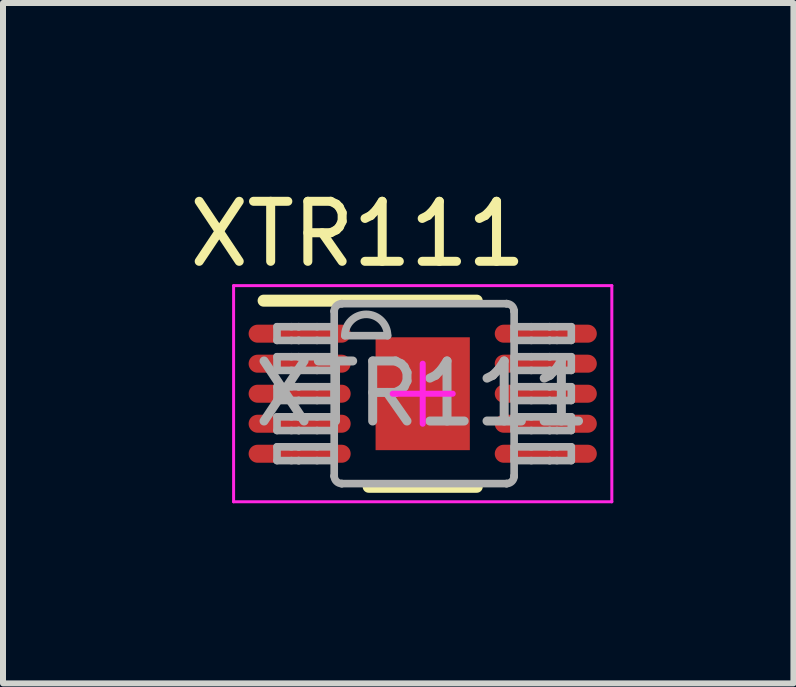
<source format=kicad_pcb>
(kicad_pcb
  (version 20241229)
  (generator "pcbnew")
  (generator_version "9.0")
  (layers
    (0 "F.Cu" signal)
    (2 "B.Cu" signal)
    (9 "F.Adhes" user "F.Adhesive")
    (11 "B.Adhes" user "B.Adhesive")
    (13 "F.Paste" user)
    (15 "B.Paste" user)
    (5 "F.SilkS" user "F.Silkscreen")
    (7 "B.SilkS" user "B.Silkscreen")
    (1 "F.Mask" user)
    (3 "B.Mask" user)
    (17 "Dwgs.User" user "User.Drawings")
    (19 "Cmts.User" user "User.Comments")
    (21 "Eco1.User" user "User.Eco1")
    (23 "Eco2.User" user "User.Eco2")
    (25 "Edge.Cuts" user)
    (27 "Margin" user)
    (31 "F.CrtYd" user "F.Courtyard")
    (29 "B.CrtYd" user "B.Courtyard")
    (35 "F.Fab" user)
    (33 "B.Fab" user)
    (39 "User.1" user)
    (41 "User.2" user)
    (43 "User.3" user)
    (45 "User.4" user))
  (footprint "XTR111"
    (layer "F.Cu")
    (at 3.991 3.508)
    (property "Reference" "XTR111" (at -1.08 -2.66 0) (unlocked yes) (layer "F.SilkS") (effects (font (size 1 1) (thickness 0.15))))
    (attr smd)
    (fp_line (start -2.65 -1.55) (end 0.9 -1.55) (stroke (width 0.2) (type solid)) (layer "F.SilkS"))
    (fp_line (start -0.9 1.55) (end 0.9 1.55) (stroke (width 0.2) (type solid)) (layer "F.SilkS"))
    (fp_line (start -3.15 -1.8) (end 3.15 -1.8) (stroke (width 0.05) (type solid)) (layer "F.CrtYd"))
    (fp_line (start -3.15 1.8) (end -3.15 -1.8) (stroke (width 0.05) (type solid)) (layer "F.CrtYd"))
    (fp_line (start -3.15 1.8) (end 3.15 1.8) (stroke (width 0.05) (type solid)) (layer "F.CrtYd"))
    (fp_line (start -0.5 0) (end 0.5 0) (stroke (width 0.1) (type solid)) (layer "F.CrtYd"))
    (fp_line (start 0.000003 0.5) (end 0.000003 -0.5) (stroke (width 0.1) (type solid)) (layer "F.CrtYd"))
    (fp_line (start 3.15 1.8) (end 3.15 -1.8) (stroke (width 0.05) (type solid)) (layer "F.CrtYd"))
    (fp_line (start -2.427 -1.116) (end -2.187 -1.116) (stroke (width 0.127) (type solid)) (layer "F.Fab"))
    (fp_line (start -2.427 -0.888) (end -2.427 -1.116) (stroke (width 0.127) (type solid)) (layer "F.Fab"))
    (fp_line (start -2.427 -0.888) (end -2.187 -0.888) (stroke (width 0.127) (type solid)) (layer "F.Fab"))
    (fp_line (start -2.427 -0.616) (end -2.187 -0.616) (stroke (width 0.127) (type solid)) (layer "F.Fab"))
    (fp_line (start -2.427 -0.388) (end -2.427 -0.616) (stroke (width 0.127) (type solid)) (layer "F.Fab"))
    (fp_line (start -2.427 -0.388) (end -2.187 -0.388) (stroke (width 0.127) (type solid)) (layer "F.Fab"))
    (fp_line (start -2.427 -0.116) (end -2.187 -0.116) (stroke (width 0.127) (type solid)) (layer "F.Fab"))
    (fp_line (start -2.427 0.113) (end -2.427 -0.116) (stroke (width 0.127) (type solid)) (layer "F.Fab"))
    (fp_line (start -2.427 0.113) (end -2.187 0.113) (stroke (width 0.127) (type solid)) (layer "F.Fab"))
    (fp_line (start -2.427 0.385) (end -2.187 0.385) (stroke (width 0.127) (type solid)) (layer "F.Fab"))
    (fp_line (start -2.427 0.613) (end -2.427 0.385) (stroke (width 0.127) (type solid)) (layer "F.Fab"))
    (fp_line (start -2.427 0.613) (end -2.187 0.613) (stroke (width 0.127) (type solid)) (layer "F.Fab"))
    (fp_line (start -2.427 0.885) (end -2.187 0.885) (stroke (width 0.127) (type solid)) (layer "F.Fab"))
    (fp_line (start -2.427 1.114) (end -2.427 0.885) (stroke (width 0.127) (type solid)) (layer "F.Fab"))
    (fp_line (start -2.427 1.114) (end -2.187 1.114) (stroke (width 0.127) (type solid)) (layer "F.Fab"))
    (fp_line (start -2.187 -1.116) (end -2.067 -1.116) (stroke (width 0.127) (type solid)) (layer "F.Fab"))
    (fp_line (start -2.187 -0.888) (end -2.067 -0.888) (stroke (width 0.127) (type solid)) (layer "F.Fab"))
    (fp_line (start -2.187 -0.616) (end -2.067 -0.616) (stroke (width 0.127) (type solid)) (layer "F.Fab"))
    (fp_line (start -2.187 -0.388) (end -2.067 -0.388) (stroke (width 0.127) (type solid)) (layer "F.Fab"))
    (fp_line (start -2.187 -0.116) (end -2.067 -0.116) (stroke (width 0.127) (type solid)) (layer "F.Fab"))
    (fp_line (start -2.187 0.113) (end -2.067 0.113) (stroke (width 0.127) (type solid)) (layer "F.Fab"))
    (fp_line (start -2.187 0.385) (end -2.067 0.385) (stroke (width 0.127) (type solid)) (layer "F.Fab"))
    (fp_line (start -2.187 0.613) (end -2.067 0.613) (stroke (width 0.127) (type solid)) (layer "F.Fab"))
    (fp_line (start -2.187 0.885) (end -2.067 0.885) (stroke (width 0.127) (type solid)) (layer "F.Fab"))
    (fp_line (start -2.187 1.114) (end -2.067 1.114) (stroke (width 0.127) (type solid)) (layer "F.Fab"))
    (fp_line (start -2.067 -1.116) (end -2.064 -1.116) (stroke (width 0.127) (type solid)) (layer "F.Fab"))
    (fp_line (start -2.067 -0.888) (end -2.064 -0.888) (stroke (width 0.127) (type solid)) (layer "F.Fab"))
    (fp_line (start -2.067 -0.616) (end -2.064 -0.616) (stroke (width 0.127) (type solid)) (layer "F.Fab"))
    (fp_line (start -2.067 -0.388) (end -2.064 -0.388) (stroke (width 0.127) (type solid)) (layer "F.Fab"))
    (fp_line (start -2.067 -0.116) (end -2.064 -0.116) (stroke (width 0.127) (type solid)) (layer "F.Fab"))
    (fp_line (start -2.067 0.113) (end -2.064 0.113) (stroke (width 0.127) (type solid)) (layer "F.Fab"))
    (fp_line (start -2.067 0.385) (end -2.064 0.385) (stroke (width 0.127) (type solid)) (layer "F.Fab"))
    (fp_line (start -2.067 0.613) (end -2.064 0.613) (stroke (width 0.127) (type solid)) (layer "F.Fab"))
    (fp_line (start -2.067 0.885) (end -2.064 0.885) (stroke (width 0.127) (type solid)) (layer "F.Fab"))
    (fp_line (start -2.067 1.114) (end -2.064 1.114) (stroke (width 0.127) (type solid)) (layer "F.Fab"))
    (fp_line (start -2.064 -1.116) (end -1.76 -1.116) (stroke (width 0.127) (type solid)) (layer "F.Fab"))
    (fp_line (start -2.064 -0.888) (end -1.76 -0.888) (stroke (width 0.127) (type solid)) (layer "F.Fab"))
    (fp_line (start -2.064 -0.616) (end -1.76 -0.616) (stroke (width 0.127) (type solid)) (layer "F.Fab"))
    (fp_line (start -2.064 -0.388) (end -1.76 -0.388) (stroke (width 0.127) (type solid)) (layer "F.Fab"))
    (fp_line (start -2.064 -0.116) (end -1.76 -0.116) (stroke (width 0.127) (type solid)) (layer "F.Fab"))
    (fp_line (start -2.064 0.113) (end -1.76 0.113) (stroke (width 0.127) (type solid)) (layer "F.Fab"))
    (fp_line (start -2.064 0.385) (end -1.76 0.385) (stroke (width 0.127) (type solid)) (layer "F.Fab"))
    (fp_line (start -2.064 0.613) (end -1.76 0.613) (stroke (width 0.127) (type solid)) (layer "F.Fab"))
    (fp_line (start -2.064 0.885) (end -1.76 0.885) (stroke (width 0.127) (type solid)) (layer "F.Fab"))
    (fp_line (start -2.064 1.114) (end -1.76 1.114) (stroke (width 0.127) (type solid)) (layer "F.Fab"))
    (fp_line (start -1.76 -1.116) (end -1.474 -1.116) (stroke (width 0.127) (type solid)) (layer "F.Fab"))
    (fp_line (start -1.76 -0.888) (end -1.474 -0.888) (stroke (width 0.127) (type solid)) (layer "F.Fab"))
    (fp_line (start -1.76 -0.616) (end -1.474 -0.616) (stroke (width 0.127) (type solid)) (layer "F.Fab"))
    (fp_line (start -1.76 -0.388) (end -1.474 -0.388) (stroke (width 0.127) (type solid)) (layer "F.Fab"))
    (fp_line (start -1.76 -0.116) (end -1.474 -0.116) (stroke (width 0.127) (type solid)) (layer "F.Fab"))
    (fp_line (start -1.76 0.113) (end -1.474 0.113) (stroke (width 0.127) (type solid)) (layer "F.Fab"))
    (fp_line (start -1.76 0.385) (end -1.474 0.385) (stroke (width 0.127) (type solid)) (layer "F.Fab"))
    (fp_line (start -1.76 0.613) (end -1.474 0.613) (stroke (width 0.127) (type solid)) (layer "F.Fab"))
    (fp_line (start -1.76 0.885) (end -1.474 0.885) (stroke (width 0.127) (type solid)) (layer "F.Fab"))
    (fp_line (start -1.76 1.114) (end -1.474 1.114) (stroke (width 0.127) (type solid)) (layer "F.Fab"))
    (fp_line (start -1.474 -1.373) (end -1.474 -1.376) (stroke (width 0.127) (type solid)) (layer "F.Fab"))
    (fp_line (start -1.474 -0.888) (end -1.474 -1.116) (stroke (width 0.127) (type solid)) (layer "F.Fab"))
    (fp_line (start -1.474 -0.388) (end -1.474 -0.616) (stroke (width 0.127) (type solid)) (layer "F.Fab"))
    (fp_line (start -1.474 0.113) (end -1.474 -0.116) (stroke (width 0.127) (type solid)) (layer "F.Fab"))
    (fp_line (start -1.474 0.613) (end -1.474 0.385) (stroke (width 0.127) (type solid)) (layer "F.Fab"))
    (fp_line (start -1.474 1.114) (end -1.474 0.885) (stroke (width 0.127) (type solid)) (layer "F.Fab"))
    (fp_line (start -1.474 1.37) (end -1.474 -1.373) (stroke (width 0.127) (type solid)) (layer "F.Fab"))
    (fp_line (start -1.474 1.37) (end -1.474 1.373) (stroke (width 0.127) (type solid)) (layer "F.Fab"))
    (fp_line (start -1.35 -1.5) (end -1.347 -1.5) (stroke (width 0.127) (type solid)) (layer "F.Fab"))
    (fp_line (start -1.35 1.497) (end -1.347 1.497) (stroke (width 0.127) (type solid)) (layer "F.Fab"))
    (fp_line (start -1.347 -1.5) (end 1.396 -1.5) (stroke (width 0.127) (type solid)) (layer "F.Fab"))
    (fp_line (start -1.347 1.497) (end 1.396 1.497) (stroke (width 0.127) (type solid)) (layer "F.Fab"))
    (fp_line (start -1.296 -0.967) (end -0.585 -0.967) (stroke (width 0.127) (type solid)) (layer "F.Fab"))
    (fp_line (start 1.396 -1.5) (end 1.399 -1.5) (stroke (width 0.127) (type solid)) (layer "F.Fab"))
    (fp_line (start 1.396 1.497) (end 1.399 1.497) (stroke (width 0.127) (type solid)) (layer "F.Fab"))
    (fp_line (start 1.523 -1.376) (end 1.523 -1.373) (stroke (width 0.127) (type solid)) (layer "F.Fab"))
    (fp_line (start 1.523 1.373) (end 1.523 1.37) (stroke (width 0.127) (type solid)) (layer "F.Fab"))
    (fp_line (start 1.523 -1.116) (end 1.809 -1.116) (stroke (width 0.127) (type solid)) (layer "F.Fab"))
    (fp_line (start 1.523 -0.888) (end 1.523 -1.116) (stroke (width 0.127) (type solid)) (layer "F.Fab"))
    (fp_line (start 1.523 -0.888) (end 1.809 -0.888) (stroke (width 0.127) (type solid)) (layer "F.Fab"))
    (fp_line (start 1.523 -0.616) (end 1.809 -0.616) (stroke (width 0.127) (type solid)) (layer "F.Fab"))
    (fp_line (start 1.523 -0.388) (end 1.523 -0.616) (stroke (width 0.127) (type solid)) (layer "F.Fab"))
    (fp_line (start 1.523 -0.388) (end 1.809 -0.388) (stroke (width 0.127) (type solid)) (layer "F.Fab"))
    (fp_line (start 1.523 -0.116) (end 1.809 -0.116) (stroke (width 0.127) (type solid)) (layer "F.Fab"))
    (fp_line (start 1.523 0.113) (end 1.523 -0.116) (stroke (width 0.127) (type solid)) (layer "F.Fab"))
    (fp_line (start 1.523 0.113) (end 1.809 0.113) (stroke (width 0.127) (type solid)) (layer "F.Fab"))
    (fp_line (start 1.523 0.385) (end 1.809 0.385) (stroke (width 0.127) (type solid)) (layer "F.Fab"))
    (fp_line (start 1.523 0.613) (end 1.523 0.385) (stroke (width 0.127) (type solid)) (layer "F.Fab"))
    (fp_line (start 1.523 0.613) (end 1.809 0.613) (stroke (width 0.127) (type solid)) (layer "F.Fab"))
    (fp_line (start 1.523 0.885) (end 1.809 0.885) (stroke (width 0.127) (type solid)) (layer "F.Fab"))
    (fp_line (start 1.523 1.114) (end 1.523 0.885) (stroke (width 0.127) (type solid)) (layer "F.Fab"))
    (fp_line (start 1.523 1.114) (end 1.809 1.114) (stroke (width 0.127) (type solid)) (layer "F.Fab"))
    (fp_line (start 1.523 1.37) (end 1.523 -1.373) (stroke (width 0.127) (type solid)) (layer "F.Fab"))
    (fp_line (start 1.809 -1.116) (end 2.113 -1.116) (stroke (width 0.127) (type solid)) (layer "F.Fab"))
    (fp_line (start 1.809 -0.888) (end 2.113 -0.888) (stroke (width 0.127) (type solid)) (layer "F.Fab"))
    (fp_line (start 1.809 -0.616) (end 2.113 -0.616) (stroke (width 0.127) (type solid)) (layer "F.Fab"))
    (fp_line (start 1.809 -0.388) (end 2.113 -0.388) (stroke (width 0.127) (type solid)) (layer "F.Fab"))
    (fp_line (start 1.809 -0.116) (end 2.113 -0.116) (stroke (width 0.127) (type solid)) (layer "F.Fab"))
    (fp_line (start 1.809 0.113) (end 2.113 0.113) (stroke (width 0.127) (type solid)) (layer "F.Fab"))
    (fp_line (start 1.809 0.385) (end 2.113 0.385) (stroke (width 0.127) (type solid)) (layer "F.Fab"))
    (fp_line (start 1.809 0.613) (end 2.113 0.613) (stroke (width 0.127) (type solid)) (layer "F.Fab"))
    (fp_line (start 1.809 0.885) (end 2.113 0.885) (stroke (width 0.127) (type solid)) (layer "F.Fab"))
    (fp_line (start 1.809 1.114) (end 2.113 1.114) (stroke (width 0.127) (type solid)) (layer "F.Fab"))
    (fp_line (start 2.113 -1.116) (end 2.116 -1.116) (stroke (width 0.127) (type solid)) (layer "F.Fab"))
    (fp_line (start 2.113 -0.888) (end 2.116 -0.888) (stroke (width 0.127) (type solid)) (layer "F.Fab"))
    (fp_line (start 2.113 -0.616) (end 2.116 -0.616) (stroke (width 0.127) (type solid)) (layer "F.Fab"))
    (fp_line (start 2.113 -0.388) (end 2.116 -0.388) (stroke (width 0.127) (type solid)) (layer "F.Fab"))
    (fp_line (start 2.113 -0.116) (end 2.116 -0.116) (stroke (width 0.127) (type solid)) (layer "F.Fab"))
    (fp_line (start 2.113 0.113) (end 2.116 0.113) (stroke (width 0.127) (type solid)) (layer "F.Fab"))
    (fp_line (start 2.113 0.385) (end 2.116 0.385) (stroke (width 0.127) (type solid)) (layer "F.Fab"))
    (fp_line (start 2.113 0.613) (end 2.116 0.613) (stroke (width 0.127) (type solid)) (layer "F.Fab"))
    (fp_line (start 2.113 0.885) (end 2.116 0.885) (stroke (width 0.127) (type solid)) (layer "F.Fab"))
    (fp_line (start 2.113 1.114) (end 2.116 1.114) (stroke (width 0.127) (type solid)) (layer "F.Fab"))
    (fp_line (start 2.116 -1.116) (end 2.236 -1.116) (stroke (width 0.127) (type solid)) (layer "F.Fab"))
    (fp_line (start 2.116 -0.888) (end 2.236 -0.888) (stroke (width 0.127) (type solid)) (layer "F.Fab"))
    (fp_line (start 2.116 -0.616) (end 2.236 -0.616) (stroke (width 0.127) (type solid)) (layer "F.Fab"))
    (fp_line (start 2.116 -0.388) (end 2.236 -0.388) (stroke (width 0.127) (type solid)) (layer "F.Fab"))
    (fp_line (start 2.116 -0.116) (end 2.236 -0.116) (stroke (width 0.127) (type solid)) (layer "F.Fab"))
    (fp_line (start 2.116 0.113) (end 2.236 0.113) (stroke (width 0.127) (type solid)) (layer "F.Fab"))
    (fp_line (start 2.116 0.385) (end 2.236 0.385) (stroke (width 0.127) (type solid)) (layer "F.Fab"))
    (fp_line (start 2.116 0.613) (end 2.236 0.613) (stroke (width 0.127) (type solid)) (layer "F.Fab"))
    (fp_line (start 2.116 0.885) (end 2.236 0.885) (stroke (width 0.127) (type solid)) (layer "F.Fab"))
    (fp_line (start 2.116 1.114) (end 2.236 1.114) (stroke (width 0.127) (type solid)) (layer "F.Fab"))
    (fp_line (start 2.236 -1.116) (end 2.475 -1.116) (stroke (width 0.127) (type solid)) (layer "F.Fab"))
    (fp_line (start 2.236 -0.888) (end 2.475 -0.888) (stroke (width 0.127) (type solid)) (layer "F.Fab"))
    (fp_line (start 2.236 -0.616) (end 2.475 -0.616) (stroke (width 0.127) (type solid)) (layer "F.Fab"))
    (fp_line (start 2.236 -0.388) (end 2.475 -0.388) (stroke (width 0.127) (type solid)) (layer "F.Fab"))
    (fp_line (start 2.236 -0.116) (end 2.475 -0.116) (stroke (width 0.127) (type solid)) (layer "F.Fab"))
    (fp_line (start 2.236 0.113) (end 2.475 0.113) (stroke (width 0.127) (type solid)) (layer "F.Fab"))
    (fp_line (start 2.236 0.385) (end 2.475 0.385) (stroke (width 0.127) (type solid)) (layer "F.Fab"))
    (fp_line (start 2.236 0.613) (end 2.475 0.613) (stroke (width 0.127) (type solid)) (layer "F.Fab"))
    (fp_line (start 2.236 0.885) (end 2.475 0.885) (stroke (width 0.127) (type solid)) (layer "F.Fab"))
    (fp_line (start 2.236 1.114) (end 2.475 1.114) (stroke (width 0.127) (type solid)) (layer "F.Fab"))
    (fp_line (start 2.475 -0.888) (end 2.475 -1.116) (stroke (width 0.127) (type solid)) (layer "F.Fab"))
    (fp_line (start 2.475 -0.388) (end 2.475 -0.616) (stroke (width 0.127) (type solid)) (layer "F.Fab"))
    (fp_line (start 2.475 0.113) (end 2.475 -0.116) (stroke (width 0.127) (type solid)) (layer "F.Fab"))
    (fp_line (start 2.475 0.613) (end 2.475 0.385) (stroke (width 0.127) (type solid)) (layer "F.Fab"))
    (fp_line (start 2.475 1.114) (end 2.475 0.885) (stroke (width 0.127) (type solid)) (layer "F.Fab"))
    (fp_arc (start -1.474232 -1.375768) (mid -1.437062 -1.46283) (end -1.35 -1.5) (stroke (width 0.127) (type solid)) (layer "F.Fab"))
    (fp_arc (start -1.35 1.49715) (mid -1.437062 1.45998) (end -1.474232 1.372918) (stroke (width 0.127) (type solid)) (layer "F.Fab"))
    (fp_arc (start -1.296457 -0.966625) (mid -0.940857 -1.322225) (end -0.585257 -0.966625) (stroke (width 0.127) (type solid)) (layer "F.Fab"))
    (fp_arc (start 1.398686 -1.5) (mid 1.485749 -1.46283) (end 1.522919 -1.375768) (stroke (width 0.127) (type solid)) (layer "F.Fab"))
    (fp_arc (start 1.522919 1.372918) (mid 1.485749 1.45998) (end 1.398686 1.49715) (stroke (width 0.127) (type solid)) (layer "F.Fab"))
    (fp_text user "${REFERENCE}" (at 0 0 0) (unlocked yes) (layer "F.Fab") (effects (font (size 1 1) (thickness 0.15))))
    (pad "1" smd oval (at -2.05 -1 90) (size 0.3 1.7) (layers "F.Cu" "F.Mask" "F.Paste"))
    (pad "2" smd oval (at -2.05 -0.5 90) (size 0.3 1.7) (layers "F.Cu" "F.Mask" "F.Paste"))
    (pad "3" smd oval (at -2.05 0 90) (size 0.3 1.7) (layers "F.Cu" "F.Mask" "F.Paste"))
    (pad "4" smd oval (at -2.05 0.5 90) (size 0.3 1.7) (layers "F.Cu" "F.Mask" "F.Paste"))
    (pad "5" smd oval (at -2.05 1 90) (size 0.3 1.7) (layers "F.Cu" "F.Mask" "F.Paste"))
    (pad "6" smd oval (at 2.05 1 90) (size 0.3 1.7) (layers "F.Cu" "F.Mask" "F.Paste"))
    (pad "7" smd oval (at 2.05 0.5 90) (size 0.3 1.7) (layers "F.Cu" "F.Mask" "F.Paste"))
    (pad "8" smd oval (at 2.05 0 90) (size 0.3 1.7) (layers "F.Cu" "F.Mask" "F.Paste"))
    (pad "9" smd oval (at 2.05 -0.5 90) (size 0.3 1.7) (layers "F.Cu" "F.Mask" "F.Paste"))
    (pad "10" smd oval (at 2.05 -1 90) (size 0.3 1.7) (layers "F.Cu" "F.Mask" "F.Paste"))
    (pad "11" smd rect (at 0 0) (size 1.57 1.88) (layers "F.Cu" "F.Mask" "F.Paste")))
  (gr_rect
    (start -3 -3)
    (end 10.166 8.333)
    (stroke (width 0.1) (type default))
    (fill no)
    (layer "Edge.Cuts")))
</source>
